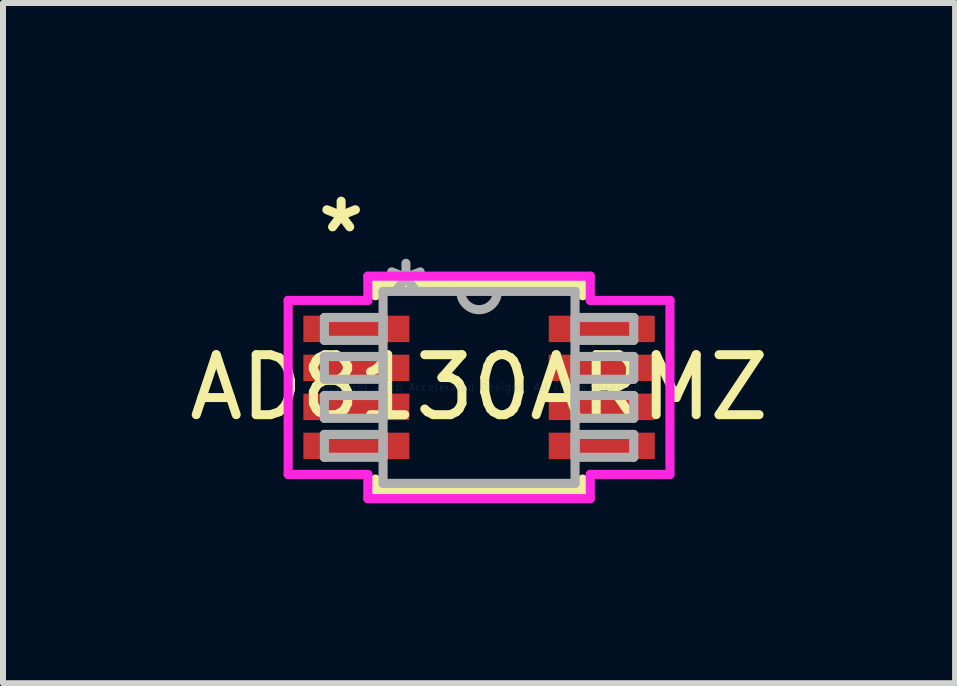
<source format=kicad_pcb>
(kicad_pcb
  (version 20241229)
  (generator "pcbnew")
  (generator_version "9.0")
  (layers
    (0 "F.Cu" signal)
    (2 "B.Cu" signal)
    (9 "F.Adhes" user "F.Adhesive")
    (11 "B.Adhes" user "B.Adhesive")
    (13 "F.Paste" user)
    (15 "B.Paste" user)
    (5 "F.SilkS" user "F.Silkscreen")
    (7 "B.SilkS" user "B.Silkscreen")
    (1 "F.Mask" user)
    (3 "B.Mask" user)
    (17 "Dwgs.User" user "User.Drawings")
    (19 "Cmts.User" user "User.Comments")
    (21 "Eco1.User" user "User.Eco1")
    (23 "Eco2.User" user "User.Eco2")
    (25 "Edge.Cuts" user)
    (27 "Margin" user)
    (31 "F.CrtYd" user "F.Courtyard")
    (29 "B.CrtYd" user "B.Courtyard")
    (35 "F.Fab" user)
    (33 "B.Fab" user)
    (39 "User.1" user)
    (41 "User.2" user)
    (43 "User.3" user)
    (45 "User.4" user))
  (footprint "AD8130ARMZ"
    (layer "F.Cu")
    (at 4.935 3.407)
    (property "Reference" "AD8130ARMZ" (at 0 0 0) (layer "F.SilkS") (effects (font (size 1 1) (thickness 0.15))))
    (attr through_hole)
    (fp_line (start -1.727 -1.727) (end -1.727 -1.528) (stroke (width 0.152) (type solid)) (layer "F.SilkS"))
    (fp_line (start -1.727 1.528) (end -1.727 1.727) (stroke (width 0.152) (type solid)) (layer "F.SilkS"))
    (fp_line (start -1.727 1.727) (end 1.727 1.727) (stroke (width 0.152) (type solid)) (layer "F.SilkS"))
    (fp_line (start 1.727 -1.727) (end -1.727 -1.727) (stroke (width 0.152) (type solid)) (layer "F.SilkS"))
    (fp_line (start 1.727 -1.528) (end 1.727 -1.727) (stroke (width 0.152) (type solid)) (layer "F.SilkS"))
    (fp_line (start 1.727 1.727) (end 1.727 1.528) (stroke (width 0.152) (type solid)) (layer "F.SilkS"))
    (fp_line (start -3.182 -1.45) (end -1.854 -1.45) (stroke (width 0.152) (type solid)) (layer "F.CrtYd"))
    (fp_line (start -3.182 1.45) (end -3.182 -1.45) (stroke (width 0.152) (type solid)) (layer "F.CrtYd"))
    (fp_line (start -1.854 -1.854) (end 1.854 -1.854) (stroke (width 0.152) (type solid)) (layer "F.CrtYd"))
    (fp_line (start -1.854 -1.45) (end -1.854 -1.854) (stroke (width 0.152) (type solid)) (layer "F.CrtYd"))
    (fp_line (start -1.854 1.45) (end -3.182 1.45) (stroke (width 0.152) (type solid)) (layer "F.CrtYd"))
    (fp_line (start -1.854 1.854) (end -1.854 1.45) (stroke (width 0.152) (type solid)) (layer "F.CrtYd"))
    (fp_line (start 1.854 -1.854) (end 1.854 -1.45) (stroke (width 0.152) (type solid)) (layer "F.CrtYd"))
    (fp_line (start 1.854 -1.45) (end 3.182 -1.45) (stroke (width 0.152) (type solid)) (layer "F.CrtYd"))
    (fp_line (start 1.854 1.45) (end 1.854 1.854) (stroke (width 0.152) (type solid)) (layer "F.CrtYd"))
    (fp_line (start 1.854 1.854) (end -1.854 1.854) (stroke (width 0.152) (type solid)) (layer "F.CrtYd"))
    (fp_line (start 3.182 -1.45) (end 3.182 1.45) (stroke (width 0.152) (type solid)) (layer "F.CrtYd"))
    (fp_line (start 3.182 1.45) (end 1.854 1.45) (stroke (width 0.152) (type solid)) (layer "F.CrtYd"))
    (fp_line (start -2.578 -1.165) (end -2.578 -0.784) (stroke (width 0.152) (type solid)) (layer "F.Fab"))
    (fp_line (start -2.578 -0.784) (end -1.6 -0.784) (stroke (width 0.152) (type solid)) (layer "F.Fab"))
    (fp_line (start -2.578 -0.515) (end -2.578 -0.135) (stroke (width 0.152) (type solid)) (layer "F.Fab"))
    (fp_line (start -2.578 -0.135) (end -1.6 -0.135) (stroke (width 0.152) (type solid)) (layer "F.Fab"))
    (fp_line (start -2.578 0.135) (end -2.578 0.515) (stroke (width 0.152) (type solid)) (layer "F.Fab"))
    (fp_line (start -2.578 0.515) (end -1.6 0.515) (stroke (width 0.152) (type solid)) (layer "F.Fab"))
    (fp_line (start -2.578 0.784) (end -2.578 1.165) (stroke (width 0.152) (type solid)) (layer "F.Fab"))
    (fp_line (start -2.578 1.165) (end -1.6 1.165) (stroke (width 0.152) (type solid)) (layer "F.Fab"))
    (fp_line (start -1.6 -1.6) (end -1.6 1.6) (stroke (width 0.152) (type solid)) (layer "F.Fab"))
    (fp_line (start -1.6 -1.165) (end -2.578 -1.165) (stroke (width 0.152) (type solid)) (layer "F.Fab"))
    (fp_line (start -1.6 -0.784) (end -1.6 -1.165) (stroke (width 0.152) (type solid)) (layer "F.Fab"))
    (fp_line (start -1.6 -0.515) (end -2.578 -0.515) (stroke (width 0.152) (type solid)) (layer "F.Fab"))
    (fp_line (start -1.6 -0.135) (end -1.6 -0.515) (stroke (width 0.152) (type solid)) (layer "F.Fab"))
    (fp_line (start -1.6 0.135) (end -2.578 0.135) (stroke (width 0.152) (type solid)) (layer "F.Fab"))
    (fp_line (start -1.6 0.515) (end -1.6 0.135) (stroke (width 0.152) (type solid)) (layer "F.Fab"))
    (fp_line (start -1.6 0.784) (end -2.578 0.784) (stroke (width 0.152) (type solid)) (layer "F.Fab"))
    (fp_line (start -1.6 1.165) (end -1.6 0.784) (stroke (width 0.152) (type solid)) (layer "F.Fab"))
    (fp_line (start -1.6 1.6) (end 1.6 1.6) (stroke (width 0.152) (type solid)) (layer "F.Fab"))
    (fp_line (start 1.6 -1.6) (end -1.6 -1.6) (stroke (width 0.152) (type solid)) (layer "F.Fab"))
    (fp_line (start 1.6 -1.165) (end 1.6 -0.784) (stroke (width 0.152) (type solid)) (layer "F.Fab"))
    (fp_line (start 1.6 -0.784) (end 2.578 -0.784) (stroke (width 0.152) (type solid)) (layer "F.Fab"))
    (fp_line (start 1.6 -0.515) (end 1.6 -0.135) (stroke (width 0.152) (type solid)) (layer "F.Fab"))
    (fp_line (start 1.6 -0.135) (end 2.578 -0.135) (stroke (width 0.152) (type solid)) (layer "F.Fab"))
    (fp_line (start 1.6 0.135) (end 1.6 0.515) (stroke (width 0.152) (type solid)) (layer "F.Fab"))
    (fp_line (start 1.6 0.515) (end 2.578 0.515) (stroke (width 0.152) (type solid)) (layer "F.Fab"))
    (fp_line (start 1.6 0.784) (end 1.6 1.165) (stroke (width 0.152) (type solid)) (layer "F.Fab"))
    (fp_line (start 1.6 1.165) (end 2.578 1.165) (stroke (width 0.152) (type solid)) (layer "F.Fab"))
    (fp_line (start 1.6 1.6) (end 1.6 -1.6) (stroke (width 0.152) (type solid)) (layer "F.Fab"))
    (fp_line (start 2.578 -1.165) (end 1.6 -1.165) (stroke (width 0.152) (type solid)) (layer "F.Fab"))
    (fp_line (start 2.578 -0.784) (end 2.578 -1.165) (stroke (width 0.152) (type solid)) (layer "F.Fab"))
    (fp_line (start 2.578 -0.515) (end 1.6 -0.515) (stroke (width 0.152) (type solid)) (layer "F.Fab"))
    (fp_line (start 2.578 -0.135) (end 2.578 -0.515) (stroke (width 0.152) (type solid)) (layer "F.Fab"))
    (fp_line (start 2.578 0.135) (end 1.6 0.135) (stroke (width 0.152) (type solid)) (layer "F.Fab"))
    (fp_line (start 2.578 0.515) (end 2.578 0.135) (stroke (width 0.152) (type solid)) (layer "F.Fab"))
    (fp_line (start 2.578 0.784) (end 1.6 0.784) (stroke (width 0.152) (type solid)) (layer "F.Fab"))
    (fp_line (start 2.578 1.165) (end 2.578 0.784) (stroke (width 0.152) (type solid)) (layer "F.Fab"))
    (fp_arc (start 0.3048 -1.6002) (mid 0 -1.2954) (end -0.3048 -1.6002) (stroke (width 0.1524) (type solid)) (layer "F.Fab"))
    (fp_text user "*" (at -2.299 -2.559 0) (layer "F.SilkS") (effects (font (size 1 1) (thickness 0.15))))
    (fp_text user "Copyright 2016 Accelerated Designs. All rights reserved." (at 0 0 0) (layer "Cmts.User") (effects (font (size 0.127 0.127) (thickness 0.002))))
    (fp_text user "*" (at -1.219 -1.524 0) (layer "F.Fab") (effects (font (size 1 1) (thickness 0.15))))
    (pad "1" smd rect (at -2.045 -0.975) (size 1.767 0.441) (layers "F.Cu" "F.Mask" "F.Paste"))
    (pad "2" smd rect (at -2.045 -0.325) (size 1.767 0.441) (layers "F.Cu" "F.Mask" "F.Paste"))
    (pad "3" smd rect (at -2.045 0.325) (size 1.767 0.441) (layers "F.Cu" "F.Mask" "F.Paste"))
    (pad "4" smd rect (at -2.045 0.975) (size 1.767 0.441) (layers "F.Cu" "F.Mask" "F.Paste"))
    (pad "5" smd rect (at 2.045 0.975) (size 1.767 0.441) (layers "F.Cu" "F.Mask" "F.Paste"))
    (pad "6" smd rect (at 2.045 0.325) (size 1.767 0.441) (layers "F.Cu" "F.Mask" "F.Paste"))
    (pad "7" smd rect (at 2.045 -0.325) (size 1.767 0.441) (layers "F.Cu" "F.Mask" "F.Paste"))
    (pad "8" smd rect (at 2.045 -0.975) (size 1.767 0.441) (layers "F.Cu" "F.Mask" "F.Paste")))
  (gr_rect
    (start -3 -3)
    (end 12.869 8.338)
    (stroke (width 0.1) (type default))
    (fill no)
    (layer "Edge.Cuts")))
</source>
